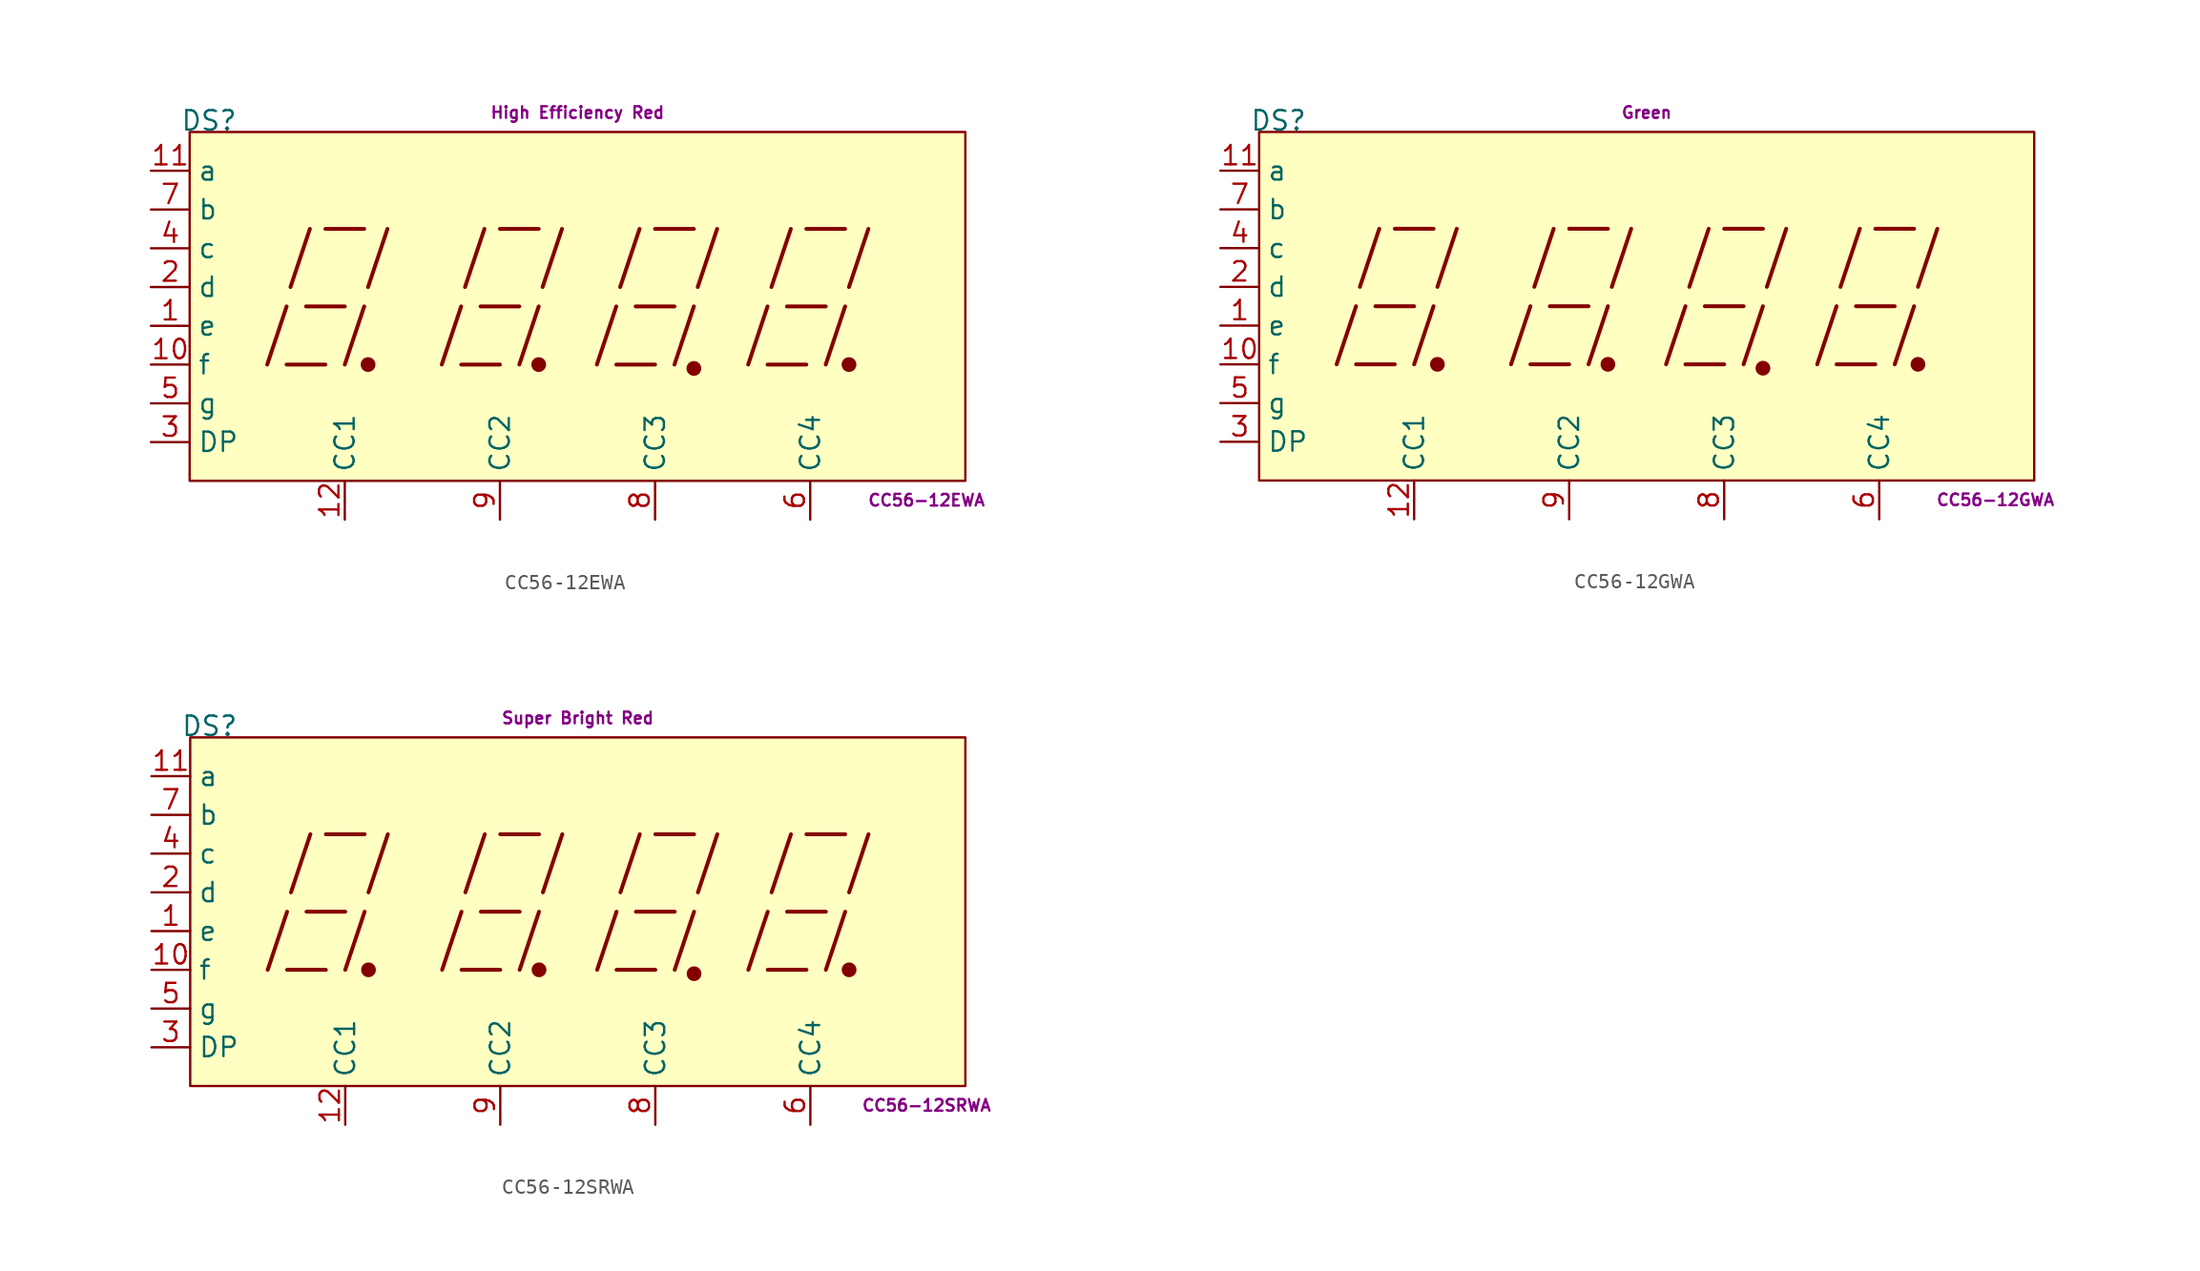
<source format=kicad_sym>
(kicad_symbol_lib
  (version 20211014)
  (generator kicad_symbol_editor)
  (symbol "CC56-12EWA"
    (property "Reference" "DS"
      (at -24.13 11.43 0)
      (effects (font (size 1.27 1.27)) (justify bottom)))
    (property "Color" "High Efficiency Red"
      (at 0 12.7 0)
      (effects (font (size 0.762 0.762))))
    (property "Name" "CC56-12EWA"
      (at 22.86 -12.7 0)
      (effects (font (size 0.762 0.762))))
    (symbol "CC56-12EWA_0_0"
      (rectangle (start -25.4 -11.43) (end 25.4 11.43) (stroke (width 0) (type default) (color 0 0 0 0)) (fill (type background)))
      (polyline (pts (xy -20.32 -3.81) (xy -19.05 0)) (stroke (width 0.254) (type default) (color 0 0 0 0)) (fill (type none)))
      (polyline (pts (xy -19.05 -3.81) (xy -16.51 -3.81)) (stroke (width 0.254) (type default) (color 0 0 0 0)) (fill (type none)))
      (polyline (pts (xy -18.796 1.27) (xy -17.526 5.08)) (stroke (width 0.254) (type default) (color 0 0 0 0)) (fill (type none)))
      (polyline (pts (xy -17.78 0) (xy -15.24 0)) (stroke (width 0.254) (type default) (color 0 0 0 0)) (fill (type none)))
      (polyline (pts (xy -16.51 5.08) (xy -13.97 5.08)) (stroke (width 0.254) (type default) (color 0 0 0 0)) (fill (type none)))
      (polyline (pts (xy -15.24 -3.81) (xy -13.97 0)) (stroke (width 0.254) (type default) (color 0 0 0 0)) (fill (type none)))
      (polyline (pts (xy -13.716 1.27) (xy -12.446 5.08)) (stroke (width 0.254) (type default) (color 0 0 0 0)) (fill (type none)))
      (polyline (pts (xy -8.89 -3.81) (xy -7.62 0)) (stroke (width 0.254) (type default) (color 0 0 0 0)) (fill (type none)))
      (polyline (pts (xy -7.62 -3.81) (xy -5.08 -3.81)) (stroke (width 0.254) (type default) (color 0 0 0 0)) (fill (type none)))
      (polyline (pts (xy -7.366 1.27) (xy -6.096 5.08)) (stroke (width 0.254) (type default) (color 0 0 0 0)) (fill (type none)))
      (polyline (pts (xy -6.35 0) (xy -3.81 0)) (stroke (width 0.254) (type default) (color 0 0 0 0)) (fill (type none)))
      (polyline (pts (xy -5.08 5.08) (xy -2.54 5.08)) (stroke (width 0.254) (type default) (color 0 0 0 0)) (fill (type none)))
      (polyline (pts (xy -3.81 -3.81) (xy -2.54 0)) (stroke (width 0.254) (type default) (color 0 0 0 0)) (fill (type none)))
      (polyline (pts (xy -2.286 1.27) (xy -1.016 5.08)) (stroke (width 0.254) (type default) (color 0 0 0 0)) (fill (type none)))
      (polyline (pts (xy 1.27 -3.81) (xy 2.54 0)) (stroke (width 0.254) (type default) (color 0 0 0 0)) (fill (type none)))
      (polyline (pts (xy 2.54 -3.81) (xy 5.08 -3.81)) (stroke (width 0.254) (type default) (color 0 0 0 0)) (fill (type none)))
      (polyline (pts (xy 2.794 1.27) (xy 4.064 5.08)) (stroke (width 0.254) (type default) (color 0 0 0 0)) (fill (type none)))
      (polyline (pts (xy 3.81 0) (xy 6.35 0)) (stroke (width 0.254) (type default) (color 0 0 0 0)) (fill (type none)))
      (polyline (pts (xy 5.08 5.08) (xy 7.62 5.08)) (stroke (width 0.254) (type default) (color 0 0 0 0)) (fill (type none)))
      (polyline (pts (xy 6.35 -3.81) (xy 7.62 0)) (stroke (width 0.254) (type default) (color 0 0 0 0)) (fill (type none)))
      (polyline (pts (xy 7.874 1.27) (xy 9.144 5.08)) (stroke (width 0.254) (type default) (color 0 0 0 0)) (fill (type none)))
      (polyline (pts (xy 11.176 -3.81) (xy 12.446 0)) (stroke (width 0.254) (type default) (color 0 0 0 0)) (fill (type none)))
      (polyline (pts (xy 12.446 -3.81) (xy 14.986 -3.81)) (stroke (width 0.254) (type default) (color 0 0 0 0)) (fill (type none)))
      (polyline (pts (xy 12.7 1.27) (xy 13.97 5.08)) (stroke (width 0.254) (type default) (color 0 0 0 0)) (fill (type none)))
      (polyline (pts (xy 13.716 0) (xy 16.256 0)) (stroke (width 0.254) (type default) (color 0 0 0 0)) (fill (type none)))
      (polyline (pts (xy 14.986 5.08) (xy 17.526 5.08)) (stroke (width 0.254) (type default) (color 0 0 0 0)) (fill (type none)))
      (polyline (pts (xy 16.256 -3.81) (xy 17.526 0)) (stroke (width 0.254) (type default) (color 0 0 0 0)) (fill (type none)))
      (polyline (pts (xy 17.78 1.27) (xy 19.05 5.08)) (stroke (width 0.254) (type default) (color 0 0 0 0)) (fill (type none))))
    (symbol "CC56-12EWA_0_1"
      (circle (center -13.716 -3.81) (radius 0.356) (stroke (width 0.254) (type default) (color 0 0 0 0)) (fill (type outline)))
      (circle (center -2.54 -3.81) (radius 0.356) (stroke (width 0.254) (type default) (color 0 0 0 0)) (fill (type outline))))
    (symbol "CC56-12EWA_1_0"
      (circle (center 7.62 -4.064) (radius 0.356) (stroke (width 0.254) (type default) (color 0 0 0 0)) (fill (type outline)))
      (circle (center 17.78 -3.81) (radius 0.356) (stroke (width 0.254) (type default) (color 0 0 0 0)) (fill (type outline))))
    (symbol "CC56-12EWA_1_1"
      (pin passive line (at -27.94 -1.27 0) (length 2.54) (name "e" (effects (font (size 1.27 1.27)))) (number "1" (effects (font (size 1.27 1.27)))))
      (pin passive line (at -27.94 -3.81 0) (length 2.54) (name "f" (effects (font (size 1.27 1.27)))) (number "10" (effects (font (size 1.27 1.27)))))
      (pin passive line (at -27.94 8.89 0) (length 2.54) (name "a" (effects (font (size 1.27 1.27)))) (number "11" (effects (font (size 1.27 1.27)))))
      (pin passive line (at -15.24 -13.97 90) (length 2.54) (name "CC1" (effects (font (size 1.27 1.27)))) (number "12" (effects (font (size 1.27 1.27)))))
      (pin passive line (at -27.94 1.27 0) (length 2.54) (name "d" (effects (font (size 1.27 1.27)))) (number "2" (effects (font (size 1.27 1.27)))))
      (pin passive line (at -27.94 -8.89 0) (length 2.54) (name "DP" (effects (font (size 1.27 1.27)))) (number "3" (effects (font (size 1.27 1.27)))))
      (pin passive line (at -27.94 3.81 0) (length 2.54) (name "c" (effects (font (size 1.27 1.27)))) (number "4" (effects (font (size 1.27 1.27)))))
      (pin passive line (at -27.94 -6.35 0) (length 2.54) (name "g" (effects (font (size 1.27 1.27)))) (number "5" (effects (font (size 1.27 1.27)))))
      (pin passive line (at 15.24 -13.97 90) (length 2.54) (name "CC4" (effects (font (size 1.27 1.27)))) (number "6" (effects (font (size 1.27 1.27)))))
      (pin passive line (at -27.94 6.35 0) (length 2.54) (name "b" (effects (font (size 1.27 1.27)))) (number "7" (effects (font (size 1.27 1.27)))))
      (pin passive line (at 5.08 -13.97 90) (length 2.54) (name "CC3" (effects (font (size 1.27 1.27)))) (number "8" (effects (font (size 1.27 1.27)))))
      (pin passive line (at -5.08 -13.97 90) (length 2.54) (name "CC2" (effects (font (size 1.27 1.27)))) (number "9" (effects (font (size 1.27 1.27)))))))
  (symbol "CC56-12GWA"
    (property "Reference" "DS"
      (at -24.13 11.43 0)
      (effects (font (size 1.27 1.27)) (justify bottom)))
    (property "Color" "Green"
      (at 0 12.7 0)
      (effects (font (size 0.762 0.762))))
    (property "Name" "CC56-12GWA"
      (at 22.86 -12.7 0)
      (effects (font (size 0.762 0.762))))
    (symbol "CC56-12GWA_0_0"
      (rectangle (start -25.4 -11.43) (end 25.4 11.43) (stroke (width 0) (type default) (color 0 0 0 0)) (fill (type background)))
      (polyline (pts (xy -20.32 -3.81) (xy -19.05 0)) (stroke (width 0.254) (type default) (color 0 0 0 0)) (fill (type none)))
      (polyline (pts (xy -19.05 -3.81) (xy -16.51 -3.81)) (stroke (width 0.254) (type default) (color 0 0 0 0)) (fill (type none)))
      (polyline (pts (xy -18.796 1.27) (xy -17.526 5.08)) (stroke (width 0.254) (type default) (color 0 0 0 0)) (fill (type none)))
      (polyline (pts (xy -17.78 0) (xy -15.24 0)) (stroke (width 0.254) (type default) (color 0 0 0 0)) (fill (type none)))
      (polyline (pts (xy -16.51 5.08) (xy -13.97 5.08)) (stroke (width 0.254) (type default) (color 0 0 0 0)) (fill (type none)))
      (polyline (pts (xy -15.24 -3.81) (xy -13.97 0)) (stroke (width 0.254) (type default) (color 0 0 0 0)) (fill (type none)))
      (polyline (pts (xy -13.716 1.27) (xy -12.446 5.08)) (stroke (width 0.254) (type default) (color 0 0 0 0)) (fill (type none)))
      (polyline (pts (xy -8.89 -3.81) (xy -7.62 0)) (stroke (width 0.254) (type default) (color 0 0 0 0)) (fill (type none)))
      (polyline (pts (xy -7.62 -3.81) (xy -5.08 -3.81)) (stroke (width 0.254) (type default) (color 0 0 0 0)) (fill (type none)))
      (polyline (pts (xy -7.366 1.27) (xy -6.096 5.08)) (stroke (width 0.254) (type default) (color 0 0 0 0)) (fill (type none)))
      (polyline (pts (xy -6.35 0) (xy -3.81 0)) (stroke (width 0.254) (type default) (color 0 0 0 0)) (fill (type none)))
      (polyline (pts (xy -5.08 5.08) (xy -2.54 5.08)) (stroke (width 0.254) (type default) (color 0 0 0 0)) (fill (type none)))
      (polyline (pts (xy -3.81 -3.81) (xy -2.54 0)) (stroke (width 0.254) (type default) (color 0 0 0 0)) (fill (type none)))
      (polyline (pts (xy -2.286 1.27) (xy -1.016 5.08)) (stroke (width 0.254) (type default) (color 0 0 0 0)) (fill (type none)))
      (polyline (pts (xy 1.27 -3.81) (xy 2.54 0)) (stroke (width 0.254) (type default) (color 0 0 0 0)) (fill (type none)))
      (polyline (pts (xy 2.54 -3.81) (xy 5.08 -3.81)) (stroke (width 0.254) (type default) (color 0 0 0 0)) (fill (type none)))
      (polyline (pts (xy 2.794 1.27) (xy 4.064 5.08)) (stroke (width 0.254) (type default) (color 0 0 0 0)) (fill (type none)))
      (polyline (pts (xy 3.81 0) (xy 6.35 0)) (stroke (width 0.254) (type default) (color 0 0 0 0)) (fill (type none)))
      (polyline (pts (xy 5.08 5.08) (xy 7.62 5.08)) (stroke (width 0.254) (type default) (color 0 0 0 0)) (fill (type none)))
      (polyline (pts (xy 6.35 -3.81) (xy 7.62 0)) (stroke (width 0.254) (type default) (color 0 0 0 0)) (fill (type none)))
      (polyline (pts (xy 7.874 1.27) (xy 9.144 5.08)) (stroke (width 0.254) (type default) (color 0 0 0 0)) (fill (type none)))
      (polyline (pts (xy 11.176 -3.81) (xy 12.446 0)) (stroke (width 0.254) (type default) (color 0 0 0 0)) (fill (type none)))
      (polyline (pts (xy 12.446 -3.81) (xy 14.986 -3.81)) (stroke (width 0.254) (type default) (color 0 0 0 0)) (fill (type none)))
      (polyline (pts (xy 12.7 1.27) (xy 13.97 5.08)) (stroke (width 0.254) (type default) (color 0 0 0 0)) (fill (type none)))
      (polyline (pts (xy 13.716 0) (xy 16.256 0)) (stroke (width 0.254) (type default) (color 0 0 0 0)) (fill (type none)))
      (polyline (pts (xy 14.986 5.08) (xy 17.526 5.08)) (stroke (width 0.254) (type default) (color 0 0 0 0)) (fill (type none)))
      (polyline (pts (xy 16.256 -3.81) (xy 17.526 0)) (stroke (width 0.254) (type default) (color 0 0 0 0)) (fill (type none)))
      (polyline (pts (xy 17.78 1.27) (xy 19.05 5.08)) (stroke (width 0.254) (type default) (color 0 0 0 0)) (fill (type none))))
    (symbol "CC56-12GWA_0_1"
      (circle (center -13.716 -3.81) (radius 0.356) (stroke (width 0.254) (type default) (color 0 0 0 0)) (fill (type outline)))
      (circle (center -2.54 -3.81) (radius 0.356) (stroke (width 0.254) (type default) (color 0 0 0 0)) (fill (type outline))))
    (symbol "CC56-12GWA_1_0"
      (circle (center 7.62 -4.064) (radius 0.356) (stroke (width 0.254) (type default) (color 0 0 0 0)) (fill (type outline)))
      (circle (center 17.78 -3.81) (radius 0.356) (stroke (width 0.254) (type default) (color 0 0 0 0)) (fill (type outline))))
    (symbol "CC56-12GWA_1_1"
      (pin passive line (at -27.94 -1.27 0) (length 2.54) (name "e" (effects (font (size 1.27 1.27)))) (number "1" (effects (font (size 1.27 1.27)))))
      (pin passive line (at -27.94 -3.81 0) (length 2.54) (name "f" (effects (font (size 1.27 1.27)))) (number "10" (effects (font (size 1.27 1.27)))))
      (pin passive line (at -27.94 8.89 0) (length 2.54) (name "a" (effects (font (size 1.27 1.27)))) (number "11" (effects (font (size 1.27 1.27)))))
      (pin passive line (at -15.24 -13.97 90) (length 2.54) (name "CC1" (effects (font (size 1.27 1.27)))) (number "12" (effects (font (size 1.27 1.27)))))
      (pin passive line (at -27.94 1.27 0) (length 2.54) (name "d" (effects (font (size 1.27 1.27)))) (number "2" (effects (font (size 1.27 1.27)))))
      (pin passive line (at -27.94 -8.89 0) (length 2.54) (name "DP" (effects (font (size 1.27 1.27)))) (number "3" (effects (font (size 1.27 1.27)))))
      (pin passive line (at -27.94 3.81 0) (length 2.54) (name "c" (effects (font (size 1.27 1.27)))) (number "4" (effects (font (size 1.27 1.27)))))
      (pin passive line (at -27.94 -6.35 0) (length 2.54) (name "g" (effects (font (size 1.27 1.27)))) (number "5" (effects (font (size 1.27 1.27)))))
      (pin passive line (at 15.24 -13.97 90) (length 2.54) (name "CC4" (effects (font (size 1.27 1.27)))) (number "6" (effects (font (size 1.27 1.27)))))
      (pin passive line (at -27.94 6.35 0) (length 2.54) (name "b" (effects (font (size 1.27 1.27)))) (number "7" (effects (font (size 1.27 1.27)))))
      (pin passive line (at 5.08 -13.97 90) (length 2.54) (name "CC3" (effects (font (size 1.27 1.27)))) (number "8" (effects (font (size 1.27 1.27)))))
      (pin passive line (at -5.08 -13.97 90) (length 2.54) (name "CC2" (effects (font (size 1.27 1.27)))) (number "9" (effects (font (size 1.27 1.27)))))))
  (symbol "CC56-12SRWA"
    (property "Reference" "DS"
      (at -24.13 11.43 0)
      (effects (font (size 1.27 1.27)) (justify bottom)))
    (property "Color" "Super Bright Red"
      (at 0 12.7 0)
      (effects (font (size 0.762 0.762))))
    (property "Name" "CC56-12SRWA"
      (at 22.86 -12.7 0)
      (effects (font (size 0.762 0.762))))
    (symbol "CC56-12SRWA_0_0"
      (rectangle (start -25.4 -11.43) (end 25.4 11.43) (stroke (width 0) (type default) (color 0 0 0 0)) (fill (type background)))
      (polyline (pts (xy -20.32 -3.81) (xy -19.05 0)) (stroke (width 0.254) (type default) (color 0 0 0 0)) (fill (type none)))
      (polyline (pts (xy -19.05 -3.81) (xy -16.51 -3.81)) (stroke (width 0.254) (type default) (color 0 0 0 0)) (fill (type none)))
      (polyline (pts (xy -18.796 1.27) (xy -17.526 5.08)) (stroke (width 0.254) (type default) (color 0 0 0 0)) (fill (type none)))
      (polyline (pts (xy -17.78 0) (xy -15.24 0)) (stroke (width 0.254) (type default) (color 0 0 0 0)) (fill (type none)))
      (polyline (pts (xy -16.51 5.08) (xy -13.97 5.08)) (stroke (width 0.254) (type default) (color 0 0 0 0)) (fill (type none)))
      (polyline (pts (xy -15.24 -3.81) (xy -13.97 0)) (stroke (width 0.254) (type default) (color 0 0 0 0)) (fill (type none)))
      (polyline (pts (xy -13.716 1.27) (xy -12.446 5.08)) (stroke (width 0.254) (type default) (color 0 0 0 0)) (fill (type none)))
      (polyline (pts (xy -8.89 -3.81) (xy -7.62 0)) (stroke (width 0.254) (type default) (color 0 0 0 0)) (fill (type none)))
      (polyline (pts (xy -7.62 -3.81) (xy -5.08 -3.81)) (stroke (width 0.254) (type default) (color 0 0 0 0)) (fill (type none)))
      (polyline (pts (xy -7.366 1.27) (xy -6.096 5.08)) (stroke (width 0.254) (type default) (color 0 0 0 0)) (fill (type none)))
      (polyline (pts (xy -6.35 0) (xy -3.81 0)) (stroke (width 0.254) (type default) (color 0 0 0 0)) (fill (type none)))
      (polyline (pts (xy -5.08 5.08) (xy -2.54 5.08)) (stroke (width 0.254) (type default) (color 0 0 0 0)) (fill (type none)))
      (polyline (pts (xy -3.81 -3.81) (xy -2.54 0)) (stroke (width 0.254) (type default) (color 0 0 0 0)) (fill (type none)))
      (polyline (pts (xy -2.286 1.27) (xy -1.016 5.08)) (stroke (width 0.254) (type default) (color 0 0 0 0)) (fill (type none)))
      (polyline (pts (xy 1.27 -3.81) (xy 2.54 0)) (stroke (width 0.254) (type default) (color 0 0 0 0)) (fill (type none)))
      (polyline (pts (xy 2.54 -3.81) (xy 5.08 -3.81)) (stroke (width 0.254) (type default) (color 0 0 0 0)) (fill (type none)))
      (polyline (pts (xy 2.794 1.27) (xy 4.064 5.08)) (stroke (width 0.254) (type default) (color 0 0 0 0)) (fill (type none)))
      (polyline (pts (xy 3.81 0) (xy 6.35 0)) (stroke (width 0.254) (type default) (color 0 0 0 0)) (fill (type none)))
      (polyline (pts (xy 5.08 5.08) (xy 7.62 5.08)) (stroke (width 0.254) (type default) (color 0 0 0 0)) (fill (type none)))
      (polyline (pts (xy 6.35 -3.81) (xy 7.62 0)) (stroke (width 0.254) (type default) (color 0 0 0 0)) (fill (type none)))
      (polyline (pts (xy 7.874 1.27) (xy 9.144 5.08)) (stroke (width 0.254) (type default) (color 0 0 0 0)) (fill (type none)))
      (polyline (pts (xy 11.176 -3.81) (xy 12.446 0)) (stroke (width 0.254) (type default) (color 0 0 0 0)) (fill (type none)))
      (polyline (pts (xy 12.446 -3.81) (xy 14.986 -3.81)) (stroke (width 0.254) (type default) (color 0 0 0 0)) (fill (type none)))
      (polyline (pts (xy 12.7 1.27) (xy 13.97 5.08)) (stroke (width 0.254) (type default) (color 0 0 0 0)) (fill (type none)))
      (polyline (pts (xy 13.716 0) (xy 16.256 0)) (stroke (width 0.254) (type default) (color 0 0 0 0)) (fill (type none)))
      (polyline (pts (xy 14.986 5.08) (xy 17.526 5.08)) (stroke (width 0.254) (type default) (color 0 0 0 0)) (fill (type none)))
      (polyline (pts (xy 16.256 -3.81) (xy 17.526 0)) (stroke (width 0.254) (type default) (color 0 0 0 0)) (fill (type none)))
      (polyline (pts (xy 17.78 1.27) (xy 19.05 5.08)) (stroke (width 0.254) (type default) (color 0 0 0 0)) (fill (type none))))
    (symbol "CC56-12SRWA_0_1"
      (circle (center -13.716 -3.81) (radius 0.356) (stroke (width 0.254) (type default) (color 0 0 0 0)) (fill (type outline)))
      (circle (center -2.54 -3.81) (radius 0.356) (stroke (width 0.254) (type default) (color 0 0 0 0)) (fill (type outline))))
    (symbol "CC56-12SRWA_1_0"
      (circle (center 7.62 -4.064) (radius 0.356) (stroke (width 0.254) (type default) (color 0 0 0 0)) (fill (type outline)))
      (circle (center 17.78 -3.81) (radius 0.356) (stroke (width 0.254) (type default) (color 0 0 0 0)) (fill (type outline))))
    (symbol "CC56-12SRWA_1_1"
      (pin passive line (at -27.94 -1.27 0) (length 2.54) (name "e" (effects (font (size 1.27 1.27)))) (number "1" (effects (font (size 1.27 1.27)))))
      (pin passive line (at -27.94 -3.81 0) (length 2.54) (name "f" (effects (font (size 1.27 1.27)))) (number "10" (effects (font (size 1.27 1.27)))))
      (pin passive line (at -27.94 8.89 0) (length 2.54) (name "a" (effects (font (size 1.27 1.27)))) (number "11" (effects (font (size 1.27 1.27)))))
      (pin passive line (at -15.24 -13.97 90) (length 2.54) (name "CC1" (effects (font (size 1.27 1.27)))) (number "12" (effects (font (size 1.27 1.27)))))
      (pin passive line (at -27.94 1.27 0) (length 2.54) (name "d" (effects (font (size 1.27 1.27)))) (number "2" (effects (font (size 1.27 1.27)))))
      (pin passive line (at -27.94 -8.89 0) (length 2.54) (name "DP" (effects (font (size 1.27 1.27)))) (number "3" (effects (font (size 1.27 1.27)))))
      (pin passive line (at -27.94 3.81 0) (length 2.54) (name "c" (effects (font (size 1.27 1.27)))) (number "4" (effects (font (size 1.27 1.27)))))
      (pin passive line (at -27.94 -6.35 0) (length 2.54) (name "g" (effects (font (size 1.27 1.27)))) (number "5" (effects (font (size 1.27 1.27)))))
      (pin passive line (at 15.24 -13.97 90) (length 2.54) (name "CC4" (effects (font (size 1.27 1.27)))) (number "6" (effects (font (size 1.27 1.27)))))
      (pin passive line (at -27.94 6.35 0) (length 2.54) (name "b" (effects (font (size 1.27 1.27)))) (number "7" (effects (font (size 1.27 1.27)))))
      (pin passive line (at 5.08 -13.97 90) (length 2.54) (name "CC3" (effects (font (size 1.27 1.27)))) (number "8" (effects (font (size 1.27 1.27)))))
      (pin passive line (at -5.08 -13.97 90) (length 2.54) (name "CC2" (effects (font (size 1.27 1.27)))) (number "9" (effects (font (size 1.27 1.27))))))))
</source>
